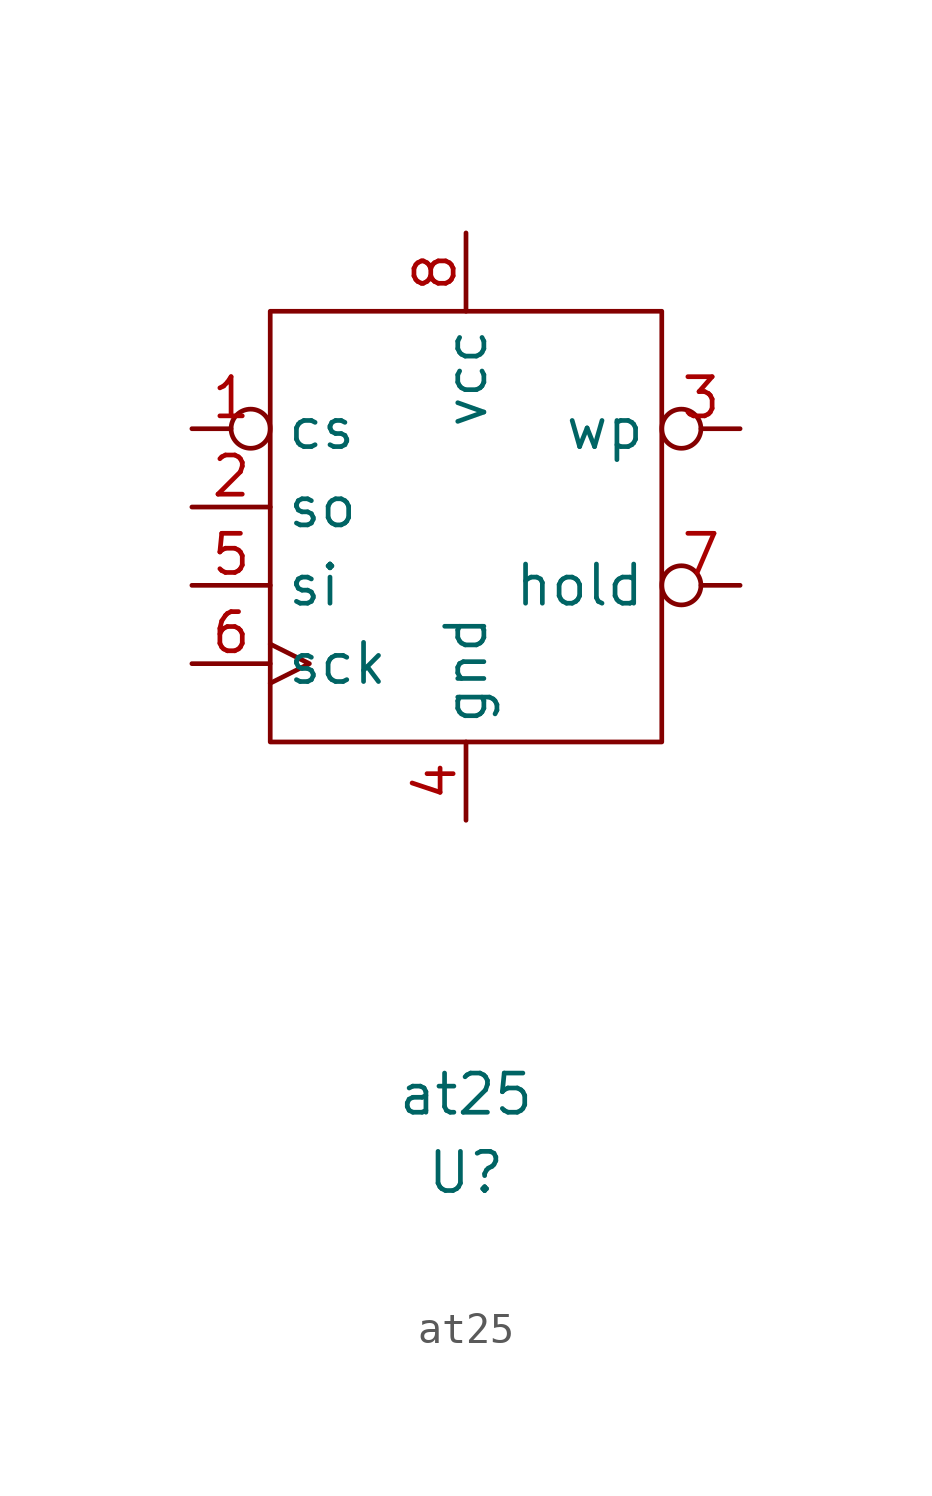
<source format=kicad_sym>
(kicad_symbol_lib
  (version 20211014)
  (generator kicad_symbol_editor)
  (symbol "at25"
    (property "Reference" "U"
      (at 0 -2.54 0)
      (effects (font (size 1.27 1.27))))
    (property "Value" "at25"
      (at 0 0 0)
      (effects (font (size 1.27 1.27))))
    (symbol "at25_0_1"
      (rectangle (start 6.35 25.4) (end -6.35 11.43) (stroke (width 0) (type default) (color 0 0 0 0)) (fill (type none))))
    (symbol "at25_1_1"
      (pin input inverted (at -8.89 21.59 0) (length 2.54) (name "cs" (effects (font (size 1.27 1.27)))) (number "1" (effects (font (size 1.27 1.27)))))
      (pin output line (at -8.89 19.05 0) (length 2.54) (name "so" (effects (font (size 1.27 1.27)))) (number "2" (effects (font (size 1.27 1.27)))))
      (pin input inverted (at 8.89 21.59 180) (length 2.54) (name "wp" (effects (font (size 1.27 1.27)))) (number "3" (effects (font (size 1.27 1.27)))))
      (pin power_in line (at 0 8.89 90) (length 2.54) (name "gnd" (effects (font (size 1.27 1.27)))) (number "4" (effects (font (size 1.27 1.27)))))
      (pin input line (at -8.89 16.51 0) (length 2.54) (name "si" (effects (font (size 1.27 1.27)))) (number "5" (effects (font (size 1.27 1.27)))))
      (pin input clock (at -8.89 13.97 0) (length 2.54) (name "sck" (effects (font (size 1.27 1.27)))) (number "6" (effects (font (size 1.27 1.27)))))
      (pin input inverted (at 8.89 16.51 180) (length 2.54) (name "hold" (effects (font (size 1.27 1.27)))) (number "7" (effects (font (size 1.27 1.27)))))
      (pin power_in line (at 0 27.94 270) (length 2.54) (name "vcc" (effects (font (size 1.27 1.27)))) (number "8" (effects (font (size 1.27 1.27))))))))
</source>
